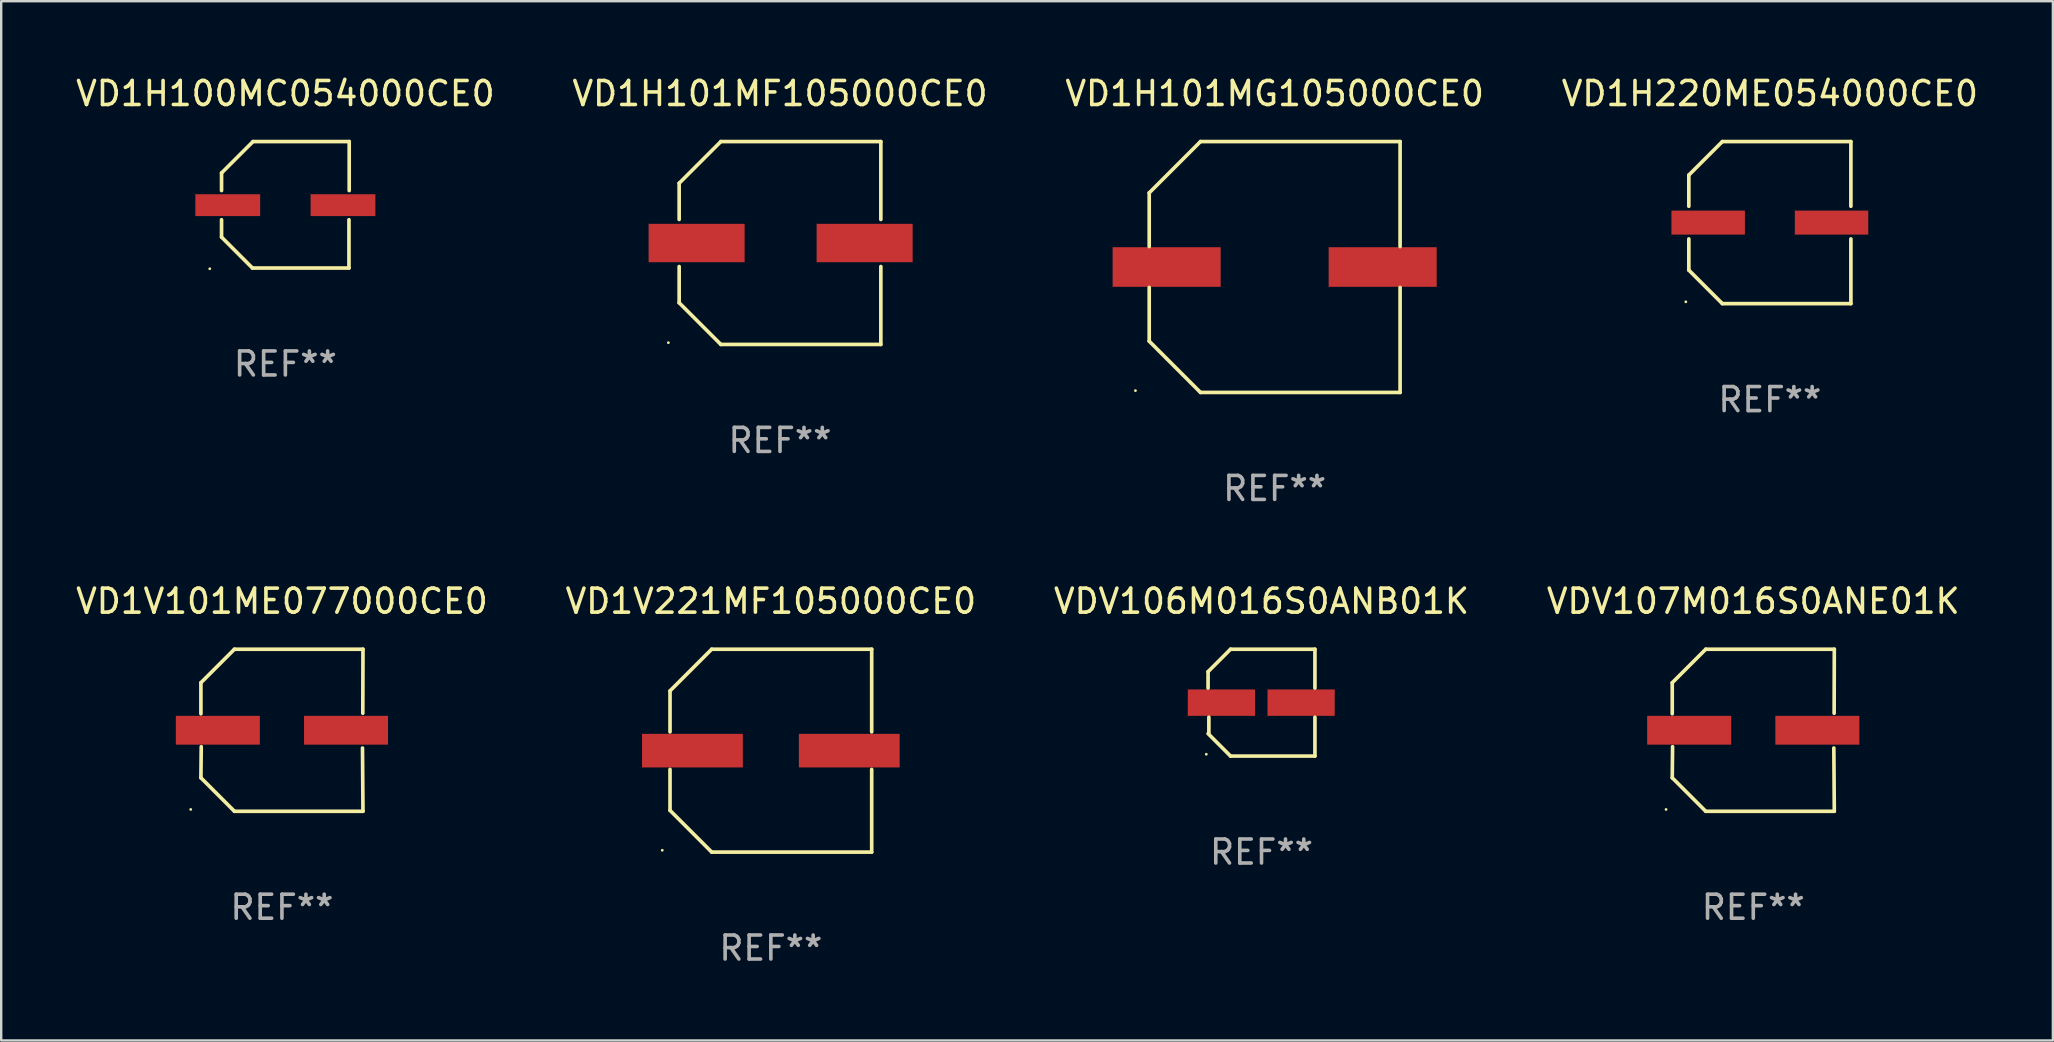
<source format=kicad_pcb>
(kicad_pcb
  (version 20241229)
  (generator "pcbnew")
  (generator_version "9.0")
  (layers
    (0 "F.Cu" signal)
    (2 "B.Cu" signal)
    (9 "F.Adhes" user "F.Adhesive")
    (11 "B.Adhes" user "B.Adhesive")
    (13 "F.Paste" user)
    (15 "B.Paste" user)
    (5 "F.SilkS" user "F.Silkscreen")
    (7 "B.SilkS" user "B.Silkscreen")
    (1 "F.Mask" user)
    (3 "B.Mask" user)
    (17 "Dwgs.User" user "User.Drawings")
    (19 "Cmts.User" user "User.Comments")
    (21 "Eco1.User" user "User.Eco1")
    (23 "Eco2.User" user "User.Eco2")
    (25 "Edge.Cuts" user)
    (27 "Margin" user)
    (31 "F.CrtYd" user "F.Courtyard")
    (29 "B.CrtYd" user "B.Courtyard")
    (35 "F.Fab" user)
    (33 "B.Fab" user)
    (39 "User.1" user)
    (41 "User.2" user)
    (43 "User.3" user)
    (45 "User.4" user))
  (footprint "VD1H101MF105000CE0"
    (layer "F.Cu")
    (at 29.446 7.074)
    (property "Reference" "VD1H101MF105000CE0" (at 0 -6.226 0) (layer "F.SilkS") (effects (font (size 1 1) (thickness 0.15))))
    (attr through_hole)
    (fp_line (start -4.201 -0.98) (end -4.201 -2.49) (stroke (width 0.152) (type solid)) (layer "F.SilkS"))
    (fp_line (start -4.201 2.49) (end -4.201 0.98) (stroke (width 0.152) (type solid)) (layer "F.SilkS"))
    (fp_line (start -2.465 -4.226) (end -4.201 -2.49) (stroke (width 0.152) (type solid)) (layer "F.SilkS"))
    (fp_line (start -2.465 4.226) (end -4.201 2.49) (stroke (width 0.152) (type solid)) (layer "F.SilkS"))
    (fp_line (start 4.201 -4.226) (end -2.465 -4.226) (stroke (width 0.152) (type solid)) (layer "F.SilkS"))
    (fp_line (start 4.201 -4.226) (end 4.201 -0.98) (stroke (width 0.152) (type solid)) (layer "F.SilkS"))
    (fp_line (start 4.201 0.98) (end 4.201 4.226) (stroke (width 0.152) (type solid)) (layer "F.SilkS"))
    (fp_line (start 4.201 4.226) (end -2.465 4.226) (stroke (width 0.152) (type solid)) (layer "F.SilkS"))
    (fp_circle (center -4.651 4.152) (end -4.621 4.152) (stroke (width 0.06) (type solid)) (fill no) (layer "F.SilkS"))
    (fp_text user "REF**" (at 0 8.226 0) (layer "F.Fab") (effects (font (size 1 1) (thickness 0.15))))
    (pad "1" smd rect (at -3.474 0) (size 4 1.6) (layers "F.Cu" "F.Mask" "F.Paste"))
    (pad "2" smd rect (at 3.526 0) (size 4 1.6) (layers "F.Cu" "F.Mask" "F.Paste")))
  (footprint "VDV106M016S0ANB01K"
    (layer "F.Cu")
    (at 49.506 26.223)
    (property "Reference" "VDV106M016S0ANB01K" (at 0 -4.226 0) (layer "F.SilkS") (effects (font (size 1 1) (thickness 0.15))))
    (attr through_hole)
    (fp_line (start -2.226 -1.29) (end -2.226 -0.607) (stroke (width 0.152) (type solid)) (layer "F.SilkS"))
    (fp_line (start -2.193 1.29) (end -2.193 0.607) (stroke (width 0.152) (type solid)) (layer "F.SilkS"))
    (fp_line (start -1.29 2.226) (end -2.226 1.29) (stroke (width 0.152) (type solid)) (layer "F.SilkS"))
    (fp_line (start -1.29 -2.226) (end -2.226 -1.29) (stroke (width 0.152) (type solid)) (layer "F.SilkS"))
    (fp_line (start 2.226 -2.226) (end -1.29 -2.226) (stroke (width 0.152) (type solid)) (layer "F.SilkS"))
    (fp_line (start 2.226 -0.607) (end 2.226 -2.226) (stroke (width 0.152) (type solid)) (layer "F.SilkS"))
    (fp_line (start 2.226 0.607) (end 2.226 2.226) (stroke (width 0.152) (type solid)) (layer "F.SilkS"))
    (fp_line (start 2.226 2.226) (end -1.29 2.226) (stroke (width 0.152) (type solid)) (layer "F.SilkS"))
    (fp_circle (center -2.3 2.15) (end -2.27 2.15) (stroke (width 0.06) (type solid)) (fill no) (layer "F.SilkS"))
    (fp_text user "REF**" (at 0 6.226 0) (layer "F.Fab") (effects (font (size 1 1) (thickness 0.15))))
    (pad "1" smd rect (at -1.67 -0.000025) (size 2.8 1.1) (layers "F.Cu" "F.Mask" "F.Paste"))
    (pad "2" smd rect (at 1.651 -0.000025) (size 2.8 1.1) (layers "F.Cu" "F.Mask" "F.Paste")))
  (footprint "VDV107M016S0ANE01K"
    (layer "F.Cu")
    (at 69.994 27.373)
    (property "Reference" "VDV107M016S0ANE01K" (at 0 -5.376 0) (layer "F.SilkS") (effects (font (size 1 1) (thickness 0.15))))
    (attr through_hole)
    (fp_line (start -3.376 -1.98) (end -3.376 -0.686) (stroke (width 0.152) (type solid)) (layer "F.SilkS"))
    (fp_line (start -3.376 1.981) (end -3.362 0.686) (stroke (width 0.152) (type solid)) (layer "F.SilkS"))
    (fp_line (start -1.981 3.376) (end -3.376 1.981) (stroke (width 0.152) (type solid)) (layer "F.SilkS"))
    (fp_line (start -1.98 -3.376) (end -3.376 -1.98) (stroke (width 0.152) (type solid)) (layer "F.SilkS"))
    (fp_line (start 3.356 0.74) (end 3.376 3.376) (stroke (width 0.152) (type solid)) (layer "F.SilkS"))
    (fp_line (start 3.369 -0.707) (end 3.376 -3.376) (stroke (width 0.152) (type solid)) (layer "F.SilkS"))
    (fp_line (start 3.376 3.376) (end -1.981 3.376) (stroke (width 0.152) (type solid)) (layer "F.SilkS"))
    (fp_line (start 3.376 -3.376) (end -1.98 -3.376) (stroke (width 0.152) (type solid)) (layer "F.SilkS"))
    (fp_circle (center -3.634 3.3) (end -3.604 3.3) (stroke (width 0.06) (type solid)) (fill no) (layer "F.SilkS"))
    (fp_text user "REF**" (at 0 7.376 0) (layer "F.Fab") (effects (font (size 1 1) (thickness 0.15))))
    (pad "1" smd rect (at -2.67 0.000254) (size 3.5 1.2) (layers "F.Cu" "F.Mask" "F.Paste"))
    (pad "2" smd rect (at 2.67 0.000254) (size 3.5 1.2) (layers "F.Cu" "F.Mask" "F.Paste")))
  (footprint "VD1H100MC054000CE0"
    (layer "F.Cu")
    (at 8.839 5.482)
    (property "Reference" "VD1H100MC054000CE0" (at 0 -4.634 0) (layer "F.SilkS") (effects (font (size 1 1) (thickness 0.15))))
    (attr through_hole)
    (fp_line (start -2.659 -1.326) (end -2.659 -0.592) (stroke (width 0.152) (type solid)) (layer "F.SilkS"))
    (fp_line (start -2.659 1.346) (end -2.659 0.622) (stroke (width 0.152) (type solid)) (layer "F.SilkS"))
    (fp_line (start -1.372 2.634) (end -2.659 1.346) (stroke (width 0.152) (type solid)) (layer "F.SilkS"))
    (fp_line (start -1.349 -2.634) (end -2.659 -1.326) (stroke (width 0.152) (type solid)) (layer "F.SilkS"))
    (fp_line (start 2.649 0.622) (end 2.649 2.634) (stroke (width 0.152) (type solid)) (layer "F.SilkS"))
    (fp_line (start 2.649 2.634) (end -1.372 2.634) (stroke (width 0.152) (type solid)) (layer "F.SilkS"))
    (fp_line (start 2.659 -2.634) (end -1.349 -2.634) (stroke (width 0.152) (type solid)) (layer "F.SilkS"))
    (fp_line (start 2.659 -0.592) (end 2.659 -2.634) (stroke (width 0.152) (type solid)) (layer "F.SilkS"))
    (fp_circle (center -3.15 2.665) (end -3.12 2.665) (stroke (width 0.06) (type solid)) (fill no) (layer "F.SilkS"))
    (fp_text user "REF**" (at 0 6.634 0) (layer "F.Fab") (effects (font (size 1 1) (thickness 0.15))))
    (pad "1" smd rect (at -2.4 0.015) (size 2.7 0.91) (layers "F.Cu" "F.Mask" "F.Paste"))
    (pad "2" smd rect (at 2.4 0.015) (size 2.7 0.91) (layers "F.Cu" "F.Mask" "F.Paste")))
  (footprint "VD1H101MG105000CE0"
    (layer "F.Cu")
    (at 50.054 8.074)
    (property "Reference" "VD1H101MG105000CE0" (at 0 -7.226 0) (layer "F.SilkS") (effects (font (size 1 1) (thickness 0.15))))
    (attr through_hole)
    (fp_line (start -5.226 -3.09) (end -5.226 -0.852) (stroke (width 0.152) (type solid)) (layer "F.SilkS"))
    (fp_line (start -5.226 3.09) (end -5.226 0.852) (stroke (width 0.152) (type solid)) (layer "F.SilkS"))
    (fp_line (start -3.09 -5.226) (end -5.226 -3.09) (stroke (width 0.152) (type solid)) (layer "F.SilkS"))
    (fp_line (start -3.09 5.226) (end -5.226 3.09) (stroke (width 0.152) (type solid)) (layer "F.SilkS"))
    (fp_line (start 5.226 -5.226) (end -3.09 -5.226) (stroke (width 0.152) (type solid)) (layer "F.SilkS"))
    (fp_line (start 5.226 -0.852) (end 5.226 -5.226) (stroke (width 0.152) (type solid)) (layer "F.SilkS"))
    (fp_line (start 5.226 0.852) (end 5.226 5.226) (stroke (width 0.152) (type solid)) (layer "F.SilkS"))
    (fp_line (start 5.226 5.226) (end -3.09 5.226) (stroke (width 0.152) (type solid)) (layer "F.SilkS"))
    (fp_circle (center -5.8 5.15) (end -5.77 5.15) (stroke (width 0.06) (type solid)) (fill no) (layer "F.SilkS"))
    (fp_text user "REF**" (at 0 9.226 0) (layer "F.Fab") (effects (font (size 1 1) (thickness 0.15))))
    (pad "1" smd rect (at -4.5 0) (size 4.5 1.65) (layers "F.Cu" "F.Mask" "F.Paste"))
    (pad "2" smd rect (at 4.5 0) (size 4.5 1.65) (layers "F.Cu" "F.Mask" "F.Paste")))
  (footprint "VD1V101ME077000CE0"
    (layer "F.Cu")
    (at 8.696 27.373)
    (property "Reference" "VD1V101ME077000CE0" (at 0 -5.376 0) (layer "F.SilkS") (effects (font (size 1 1) (thickness 0.15))))
    (attr through_hole)
    (fp_line (start -3.376 -1.98) (end -3.376 -0.686) (stroke (width 0.152) (type solid)) (layer "F.SilkS"))
    (fp_line (start -3.376 1.981) (end -3.362 0.686) (stroke (width 0.152) (type solid)) (layer "F.SilkS"))
    (fp_line (start -1.981 3.376) (end -3.376 1.981) (stroke (width 0.152) (type solid)) (layer "F.SilkS"))
    (fp_line (start -1.98 -3.376) (end -3.376 -1.98) (stroke (width 0.152) (type solid)) (layer "F.SilkS"))
    (fp_line (start 3.356 0.74) (end 3.376 3.376) (stroke (width 0.152) (type solid)) (layer "F.SilkS"))
    (fp_line (start 3.369 -0.707) (end 3.376 -3.376) (stroke (width 0.152) (type solid)) (layer "F.SilkS"))
    (fp_line (start 3.376 3.376) (end -1.981 3.376) (stroke (width 0.152) (type solid)) (layer "F.SilkS"))
    (fp_line (start 3.376 -3.376) (end -1.98 -3.376) (stroke (width 0.152) (type solid)) (layer "F.SilkS"))
    (fp_circle (center -3.8 3.3) (end -3.77 3.3) (stroke (width 0.06) (type solid)) (fill no) (layer "F.SilkS"))
    (fp_text user "REF**" (at 0 7.376 0) (layer "F.Fab") (effects (font (size 1 1) (thickness 0.15))))
    (pad "1" smd rect (at -2.67 0.000203) (size 3.5 1.2) (layers "F.Cu" "F.Mask" "F.Paste"))
    (pad "2" smd rect (at 2.67 0.000203) (size 3.5 1.2) (layers "F.Cu" "F.Mask" "F.Paste")))
  (footprint "VD1H220ME054000CE0"
    (layer "F.Cu")
    (at 70.685 6.224)
    (property "Reference" "VD1H220ME054000CE0" (at 0 -5.376 0) (layer "F.SilkS") (effects (font (size 1 1) (thickness 0.15))))
    (attr through_hole)
    (fp_line (start -3.376 -1.98) (end -3.376 -0.68) (stroke (width 0.152) (type solid)) (layer "F.SilkS"))
    (fp_line (start -3.376 -1.98) (end -1.98 -3.376) (stroke (width 0.152) (type solid)) (layer "F.SilkS"))
    (fp_line (start -3.376 0.68) (end -3.376 1.98) (stroke (width 0.152) (type solid)) (layer "F.SilkS"))
    (fp_line (start -3.376 1.98) (end -1.98 3.376) (stroke (width 0.152) (type solid)) (layer "F.SilkS"))
    (fp_line (start -1.98 -3.376) (end 3.376 -3.376) (stroke (width 0.152) (type solid)) (layer "F.SilkS"))
    (fp_line (start -1.98 3.376) (end 3.376 3.376) (stroke (width 0.152) (type solid)) (layer "F.SilkS"))
    (fp_line (start 3.376 -3.376) (end 3.376 -0.68) (stroke (width 0.152) (type solid)) (layer "F.SilkS"))
    (fp_line (start 3.376 0.68) (end 3.376 3.376) (stroke (width 0.152) (type solid)) (layer "F.SilkS"))
    (fp_circle (center -3.501 3.3) (end -3.471 3.3) (stroke (width 0.06) (type solid)) (fill no) (layer "F.SilkS"))
    (fp_text user "REF**" (at 0 7.376 0) (layer "F.Fab") (effects (font (size 1 1) (thickness 0.15))))
    (pad "1" smd rect (at -2.57 0.000013) (size 3.06 1) (layers "F.Cu" "F.Mask" "F.Paste"))
    (pad "2" smd rect (at 2.57 0.000013) (size 3.06 1) (layers "F.Cu" "F.Mask" "F.Paste")))
  (footprint "VD1V221MF105000CE0"
    (layer "F.Cu")
    (at 29.065 28.223)
    (property "Reference" "VD1V221MF105000CE0" (at 0 -6.226 0) (layer "F.SilkS") (effects (font (size 1 1) (thickness 0.15))))
    (attr through_hole)
    (fp_line (start -4.201 -2.49) (end -4.201 -0.782) (stroke (width 0.152) (type solid)) (layer "F.SilkS"))
    (fp_line (start -4.201 2.49) (end -4.201 0.782) (stroke (width 0.152) (type solid)) (layer "F.SilkS"))
    (fp_line (start -2.465 -4.226) (end -4.201 -2.49) (stroke (width 0.152) (type solid)) (layer "F.SilkS"))
    (fp_line (start -2.465 4.226) (end -4.201 2.49) (stroke (width 0.152) (type solid)) (layer "F.SilkS"))
    (fp_line (start 4.201 -4.226) (end -2.465 -4.226) (stroke (width 0.152) (type solid)) (layer "F.SilkS"))
    (fp_line (start 4.201 -0.782) (end 4.201 -4.226) (stroke (width 0.152) (type solid)) (layer "F.SilkS"))
    (fp_line (start 4.201 0.782) (end 4.201 4.226) (stroke (width 0.152) (type solid)) (layer "F.SilkS"))
    (fp_line (start 4.201 4.226) (end -2.465 4.226) (stroke (width 0.152) (type solid)) (layer "F.SilkS"))
    (fp_circle (center -4.524 4.15) (end -4.494 4.15) (stroke (width 0.06) (type solid)) (fill no) (layer "F.SilkS"))
    (fp_text user "REF**" (at 0 8.226 0) (layer "F.Fab") (effects (font (size 1 1) (thickness 0.15))))
    (pad "1" smd rect (at -3.267 0) (size 4.2 1.4) (layers "F.Cu" "F.Mask" "F.Paste"))
    (pad "2" smd rect (at 3.267 0) (size 4.2 1.4) (layers "F.Cu" "F.Mask" "F.Paste")))
  (gr_rect
    (start -3 -3)
    (end 82.476 40.298)
    (stroke (width 0.1) (type default))
    (fill no)
    (layer "Edge.Cuts")))
</source>
